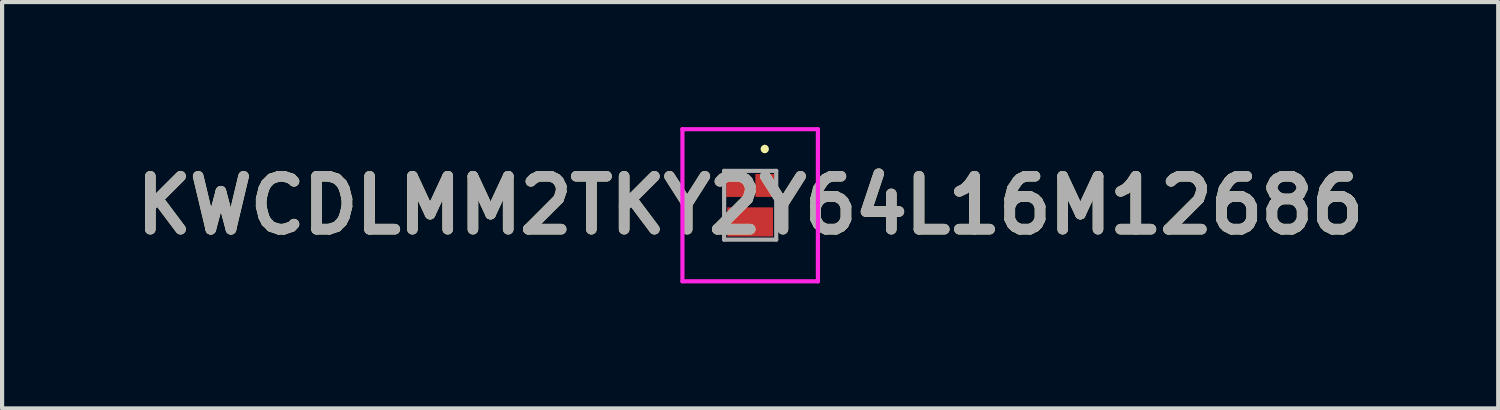
<source format=kicad_pcb>
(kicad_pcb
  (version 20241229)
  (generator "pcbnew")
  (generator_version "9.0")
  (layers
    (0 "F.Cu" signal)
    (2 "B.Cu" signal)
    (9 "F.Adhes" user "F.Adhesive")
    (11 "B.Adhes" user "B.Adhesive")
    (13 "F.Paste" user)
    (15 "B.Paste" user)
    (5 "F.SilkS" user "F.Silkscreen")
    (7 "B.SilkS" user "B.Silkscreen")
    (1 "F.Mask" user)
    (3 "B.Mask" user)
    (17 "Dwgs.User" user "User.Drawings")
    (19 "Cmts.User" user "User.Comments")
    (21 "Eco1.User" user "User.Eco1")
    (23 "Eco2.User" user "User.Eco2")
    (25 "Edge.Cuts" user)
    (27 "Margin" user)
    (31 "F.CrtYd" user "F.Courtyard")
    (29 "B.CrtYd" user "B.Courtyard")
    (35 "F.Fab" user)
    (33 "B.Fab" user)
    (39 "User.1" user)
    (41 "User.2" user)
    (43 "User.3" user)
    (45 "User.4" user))
  (footprint "KWCDLMM2TKY2Y64L16M12686"
    (layer "F.Cu")
    (at 14.95 1.875)
    (property "Reference" "KWCDLMM2TKY2Y64L16M12686" (at 0 0 0) (layer "F.SilkS") (effects (font (size 1.27 1.27) (thickness 0.254))))
    (attr smd)
    (fp_line (start 0.35 -1.4) (end 0.35 -1.4) (stroke (width 0.1) (type solid)) (layer "F.SilkS"))
    (fp_line (start 0.35 -1.3) (end 0.35 -1.3) (stroke (width 0.1) (type solid)) (layer "F.SilkS"))
    (fp_arc (start 0.35 -1.4) (mid 0.4 -1.35) (end 0.35 -1.3) (stroke (width 0.1) (type solid)) (layer "F.SilkS"))
    (fp_arc (start 0.35 -1.3) (mid 0.3 -1.35) (end 0.35 -1.4) (stroke (width 0.1) (type solid)) (layer "F.SilkS"))
    (fp_line (start -1.625 -1.825) (end -1.625 1.825) (stroke (width 0.1) (type solid)) (layer "F.CrtYd"))
    (fp_line (start -1.625 1.825) (end 1.625 1.825) (stroke (width 0.1) (type solid)) (layer "F.CrtYd"))
    (fp_line (start 1.625 -1.825) (end -1.625 -1.825) (stroke (width 0.1) (type solid)) (layer "F.CrtYd"))
    (fp_line (start 1.625 1.825) (end 1.625 -1.825) (stroke (width 0.1) (type solid)) (layer "F.CrtYd"))
    (fp_line (start -0.625 -0.825) (end -0.625 0.825) (stroke (width 0.1) (type solid)) (layer "F.Fab"))
    (fp_line (start -0.625 0.825) (end 0.625 0.825) (stroke (width 0.1) (type solid)) (layer "F.Fab"))
    (fp_line (start 0.625 -0.825) (end -0.625 -0.825) (stroke (width 0.1) (type solid)) (layer "F.Fab"))
    (fp_line (start 0.625 0.825) (end 0.625 -0.825) (stroke (width 0.1) (type solid)) (layer "F.Fab"))
    (fp_text user "${REFERENCE}" (at 0 0 0) (layer "F.Fab") (effects (font (size 1.27 1.27) (thickness 0.254))))
    (pad "1" smd rect (at 0.35 -0.475) (size 0.45 0.55) (layers "F.Cu" "F.Mask" "F.Paste"))
    (pad "2" smd rect (at -0.35 -0.475) (size 0.45 0.55) (layers "F.Cu" "F.Mask" "F.Paste"))
    (pad "3" smd rect (at 0 0.4 90) (size 0.7 1.1) (layers "F.Cu" "F.Mask" "F.Paste")))
  (gr_rect
    (start -3 -3)
    (end 32.899 6.75)
    (stroke (width 0.1) (type default))
    (fill no)
    (layer "Edge.Cuts")))
</source>
